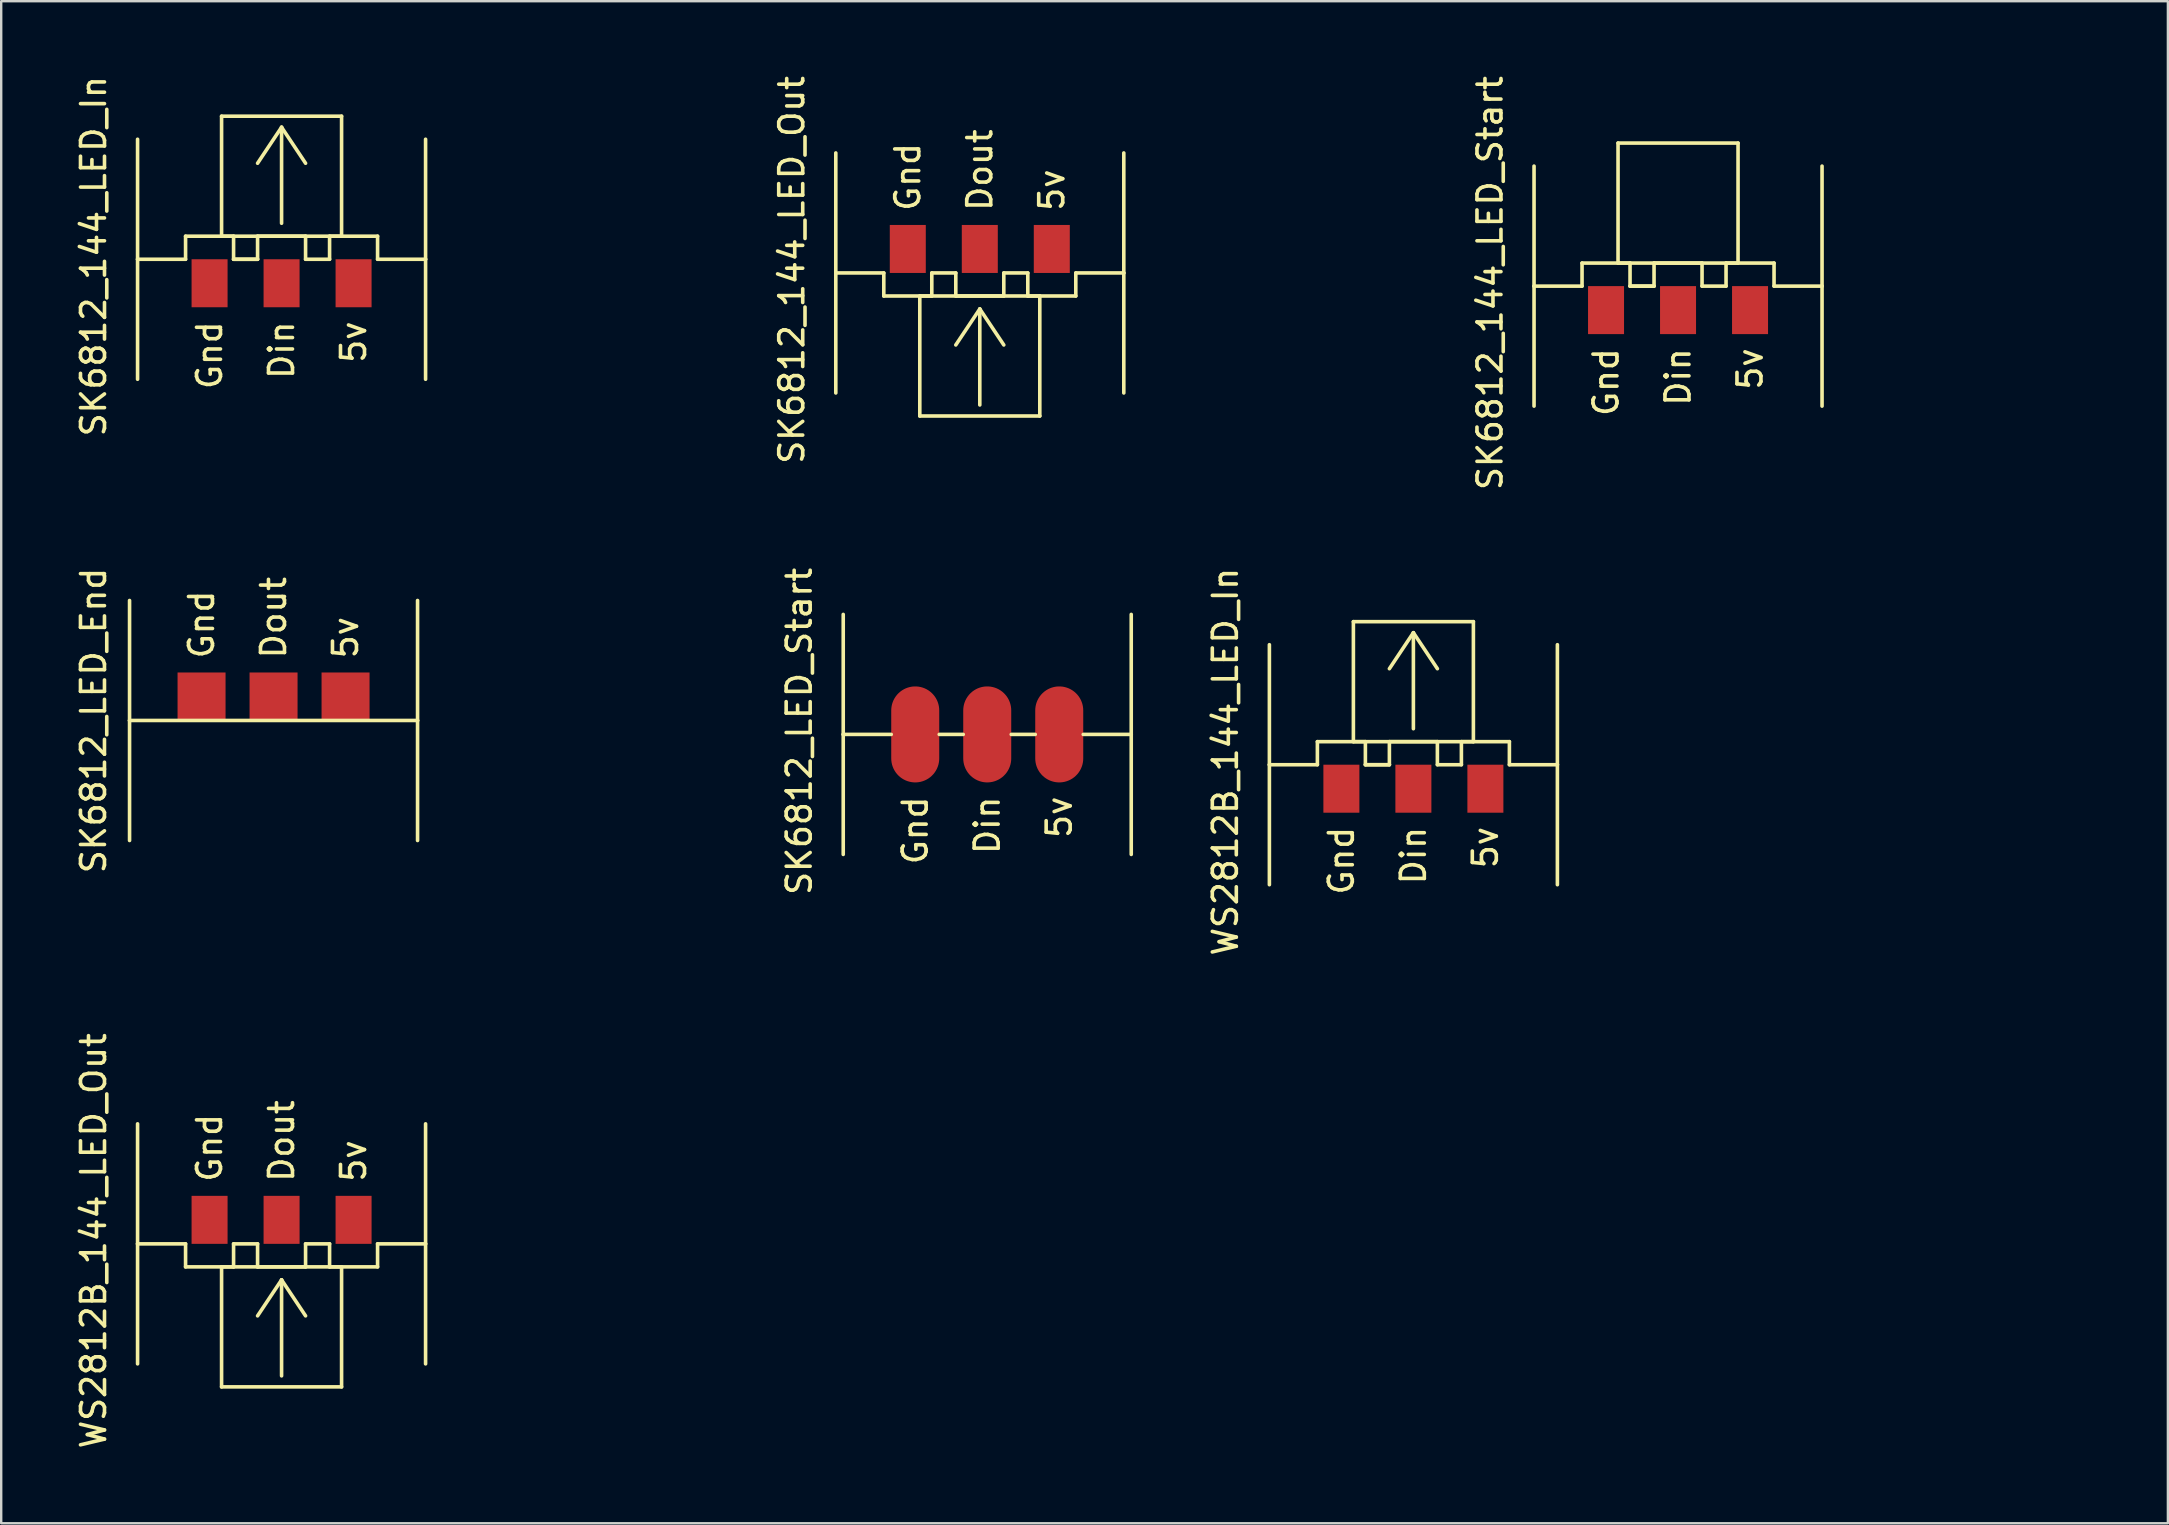
<source format=kicad_pcb>
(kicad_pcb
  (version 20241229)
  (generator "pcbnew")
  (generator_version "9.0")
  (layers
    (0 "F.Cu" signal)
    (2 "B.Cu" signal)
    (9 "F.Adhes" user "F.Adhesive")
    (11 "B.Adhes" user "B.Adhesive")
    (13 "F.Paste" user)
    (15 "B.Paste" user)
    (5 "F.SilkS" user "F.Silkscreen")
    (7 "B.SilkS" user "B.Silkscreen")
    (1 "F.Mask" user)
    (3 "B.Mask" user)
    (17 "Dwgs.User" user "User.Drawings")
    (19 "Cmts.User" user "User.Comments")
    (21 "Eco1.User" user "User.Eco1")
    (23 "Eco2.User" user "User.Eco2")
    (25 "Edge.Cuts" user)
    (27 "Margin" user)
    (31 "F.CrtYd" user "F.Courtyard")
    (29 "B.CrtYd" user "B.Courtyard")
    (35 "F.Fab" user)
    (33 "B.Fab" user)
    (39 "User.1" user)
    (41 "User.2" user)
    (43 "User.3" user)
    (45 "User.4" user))
  (footprint "SK6812_LED_End"
    (layer "F.Cu")
    (at 8.348 26.97)
    (property "Reference" "SK6812_LED_End" (at -7.5 0 90) (layer "F.SilkS") (effects (font (size 1 1) (thickness 0.15))))
    (attr through_hole)
    (fp_line (start -6 0) (end -6 -5) (stroke (width 0.15) (type solid)) (layer "F.SilkS"))
    (fp_line (start -6 0) (end -6 5) (stroke (width 0.15) (type solid)) (layer "F.SilkS"))
    (fp_line (start 6 0) (end -6 0) (stroke (width 0.15) (type solid)) (layer "F.SilkS"))
    (fp_line (start 6 0) (end 6 -5) (stroke (width 0.15) (type solid)) (layer "F.SilkS"))
    (fp_line (start 6 0) (end 6 5) (stroke (width 0.15) (type solid)) (layer "F.SilkS"))
    (fp_text user "Dout" (at 0 -4.286 90) (layer "F.SilkS") (effects (font (size 1 1) (thickness 0.15))))
    (fp_text user "5v" (at 3 -3.452 90) (layer "F.SilkS") (effects (font (size 1 1) (thickness 0.15))))
    (fp_text user "Gnd" (at -3 -4 90) (layer "F.SilkS") (effects (font (size 1 1) (thickness 0.15))))
    (fp_text user "144 =6.92mm" (at 12.5 -4.5 0) (layer "Eco1.User") (effects (font (size 1 1) (thickness 0.15))))
    (pad "1" connect rect (at 3 -1) (size 2 2) (layers "F.Cu" "F.Mask"))
    (pad "2" connect rect (at 0 -1) (size 2 2) (layers "F.Cu" "F.Mask"))
    (pad "3" connect rect (at -3 -1) (size 2 2) (layers "F.Cu" "F.Mask")))
  (footprint "SK6812_LED_Start"
    (layer "F.Cu")
    (at 38.084 27.55)
    (property "Reference" "SK6812_LED_Start" (at -7.833 -0.127 90) (layer "F.SilkS") (effects (font (size 1 1) (thickness 0.15))))
    (attr through_hole)
    (fp_line (start -6 0) (end -6 -5) (stroke (width 0.15) (type solid)) (layer "F.SilkS"))
    (fp_line (start -6 0) (end -6 5) (stroke (width 0.15) (type solid)) (layer "F.SilkS"))
    (fp_line (start -6 0) (end -4 0) (stroke (width 0.15) (type solid)) (layer "F.SilkS"))
    (fp_line (start -2 0) (end -1 0) (stroke (width 0.15) (type solid)) (layer "F.SilkS"))
    (fp_line (start 1 0) (end 2 0) (stroke (width 0.15) (type solid)) (layer "F.SilkS"))
    (fp_line (start 6 0) (end 4 0) (stroke (width 0.15) (type solid)) (layer "F.SilkS"))
    (fp_line (start 6 0) (end 6 -5) (stroke (width 0.15) (type solid)) (layer "F.SilkS"))
    (fp_line (start 6 0) (end 6 5) (stroke (width 0.15) (type solid)) (layer "F.SilkS"))
    (fp_text user "Gnd" (at -3 4 90) (layer "F.SilkS") (effects (font (size 1 1) (thickness 0.15))))
    (fp_text user "Din" (at 0 3.786 270) (layer "F.SilkS") (effects (font (size 1 1) (thickness 0.15))))
    (fp_text user "5v" (at 3 3.452 90) (layer "F.SilkS") (effects (font (size 1 1) (thickness 0.15))))
    (pad "1" connect oval (at 3 0) (size 2 4) (layers "F.Cu" "F.Mask"))
    (pad "2" connect oval (at 0 0) (size 2 4) (layers "F.Cu" "F.Mask"))
    (pad "3" connect oval (at -3 0) (size 2 4) (layers "F.Cu" "F.Mask")))
  (footprint "SK6812_144_LED_Out"
    (layer "F.Cu")
    (at 37.774 8.323)
    (property "Reference" "SK6812_144_LED_Out" (at -7.833 -0.127 90) (layer "F.SilkS") (effects (font (size 1 1) (thickness 0.15))))
    (attr through_hole)
    (fp_line (start -6 0) (end -6 -5) (stroke (width 0.15) (type solid)) (layer "F.SilkS"))
    (fp_line (start -6 0) (end -6 5) (stroke (width 0.15) (type solid)) (layer "F.SilkS"))
    (fp_line (start -6 0) (end -4 0) (stroke (width 0.15) (type solid)) (layer "F.SilkS"))
    (fp_line (start -4 0) (end -4 0.96) (stroke (width 0.15) (type solid)) (layer "F.SilkS"))
    (fp_line (start -4 0.96) (end -2 0.96) (stroke (width 0.15) (type solid)) (layer "F.SilkS"))
    (fp_line (start -2.5 0.96) (end -2.5 5.96) (stroke (width 0.15) (type solid)) (layer "F.SilkS"))
    (fp_line (start -2.5 0.96) (end 2.5 0.96) (stroke (width 0.15) (type solid)) (layer "F.SilkS"))
    (fp_line (start -2 0) (end -1 0) (stroke (width 0.15) (type solid)) (layer "F.SilkS"))
    (fp_line (start -2 0.96) (end -2 0) (stroke (width 0.15) (type solid)) (layer "F.SilkS"))
    (fp_line (start -1 0) (end -1 0.96) (stroke (width 0.15) (type solid)) (layer "F.SilkS"))
    (fp_line (start -1 0.96) (end 1 0.96) (stroke (width 0.15) (type solid)) (layer "F.SilkS"))
    (fp_line (start 0 1.5) (end -1 3) (stroke (width 0.15) (type solid)) (layer "F.SilkS"))
    (fp_line (start 0 1.5) (end 0 5.5) (stroke (width 0.15) (type solid)) (layer "F.SilkS"))
    (fp_line (start 0 1.5) (end 1 3) (stroke (width 0.15) (type solid)) (layer "F.SilkS"))
    (fp_line (start 1 0) (end 2 0) (stroke (width 0.15) (type solid)) (layer "F.SilkS"))
    (fp_line (start 1 0.96) (end 1 0) (stroke (width 0.15) (type solid)) (layer "F.SilkS"))
    (fp_line (start 2 0) (end 2 0.96) (stroke (width 0.15) (type solid)) (layer "F.SilkS"))
    (fp_line (start 2 0.96) (end 4 0.96) (stroke (width 0.15) (type solid)) (layer "F.SilkS"))
    (fp_line (start 2.5 5.96) (end -2.5 5.96) (stroke (width 0.15) (type solid)) (layer "F.SilkS"))
    (fp_line (start 2.5 5.96) (end 2.5 0.96) (stroke (width 0.15) (type solid)) (layer "F.SilkS"))
    (fp_line (start 4 0.96) (end 4 0) (stroke (width 0.15) (type solid)) (layer "F.SilkS"))
    (fp_line (start 6 0) (end 4 0) (stroke (width 0.15) (type solid)) (layer "F.SilkS"))
    (fp_line (start 6 0) (end 6 -5) (stroke (width 0.15) (type solid)) (layer "F.SilkS"))
    (fp_line (start 6 0) (end 6 5) (stroke (width 0.15) (type solid)) (layer "F.SilkS"))
    (fp_text user "Gnd" (at -3 -4 90) (layer "F.SilkS") (effects (font (size 1 1) (thickness 0.15))))
    (fp_text user "5v" (at 3 -3.452 90) (layer "F.SilkS") (effects (font (size 1 1) (thickness 0.15))))
    (fp_text user "Dout" (at 0 -4.286 90) (layer "F.SilkS") (effects (font (size 1 1) (thickness 0.15))))
    (fp_text user "Pitch 6.92mm" (at 12 0 0) (layer "Eco1.User") (effects (font (size 1 1) (thickness 0.15))))
    (pad "1" connect rect (at -3 -1) (size 1.5 2) (layers "F.Cu" "F.Mask"))
    (pad "2" connect rect (at 0 -1) (size 1.5 2) (layers "F.Cu" "F.Mask"))
    (pad "3" connect rect (at 3 -1) (size 1.5 2) (layers "F.Cu" "F.Mask")))
  (footprint "SK6812_144_LED_Start"
    (layer "F.Cu")
    (at 66.867 8.871)
    (property "Reference" "SK6812_144_LED_Start" (at -7.833 -0.127 90) (layer "F.SilkS") (effects (font (size 1 1) (thickness 0.15))))
    (attr through_hole)
    (fp_line (start -6 0) (end -6 -5) (stroke (width 0.15) (type solid)) (layer "F.SilkS"))
    (fp_line (start -6 0) (end -6 5) (stroke (width 0.15) (type solid)) (layer "F.SilkS"))
    (fp_line (start -6 0) (end -4 0) (stroke (width 0.15) (type solid)) (layer "F.SilkS"))
    (fp_line (start -4 -0.96) (end -2 -0.96) (stroke (width 0.15) (type solid)) (layer "F.SilkS"))
    (fp_line (start -4 0) (end -4 -0.96) (stroke (width 0.15) (type solid)) (layer "F.SilkS"))
    (fp_line (start -2.5 -5.96) (end -2.5 -0.96) (stroke (width 0.15) (type solid)) (layer "F.SilkS"))
    (fp_line (start -2.5 -5.96) (end 2.5 -5.96) (stroke (width 0.15) (type solid)) (layer "F.SilkS"))
    (fp_line (start -2 -0.96) (end -2 0) (stroke (width 0.15) (type solid)) (layer "F.SilkS"))
    (fp_line (start -2 0) (end -1 0) (stroke (width 0.15) (type solid)) (layer "F.SilkS"))
    (fp_line (start -2 0) (end -1 0) (stroke (width 0.15) (type solid)) (layer "F.SilkS"))
    (fp_line (start -1 -0.96) (end 1 -0.96) (stroke (width 0.15) (type solid)) (layer "F.SilkS"))
    (fp_line (start -1 0) (end -1 -0.96) (stroke (width 0.15) (type solid)) (layer "F.SilkS"))
    (fp_line (start 1 -0.96) (end 1 0) (stroke (width 0.15) (type solid)) (layer "F.SilkS"))
    (fp_line (start 1 0) (end 2 0) (stroke (width 0.15) (type solid)) (layer "F.SilkS"))
    (fp_line (start 2 -0.96) (end 4 -0.96) (stroke (width 0.15) (type solid)) (layer "F.SilkS"))
    (fp_line (start 2 0) (end 2 -0.96) (stroke (width 0.15) (type solid)) (layer "F.SilkS"))
    (fp_line (start 2.5 -5.96) (end 2.5 -0.96) (stroke (width 0.15) (type solid)) (layer "F.SilkS"))
    (fp_line (start 2.5 -0.96) (end -2.5 -0.96) (stroke (width 0.15) (type solid)) (layer "F.SilkS"))
    (fp_line (start 4 -0.96) (end 4 0) (stroke (width 0.15) (type solid)) (layer "F.SilkS"))
    (fp_line (start 6 0) (end 4 0) (stroke (width 0.15) (type solid)) (layer "F.SilkS"))
    (fp_line (start 6 0) (end 6 -5) (stroke (width 0.15) (type solid)) (layer "F.SilkS"))
    (fp_line (start 6 0) (end 6 5) (stroke (width 0.15) (type solid)) (layer "F.SilkS"))
    (fp_text user "5v" (at 3 3.452 90) (layer "F.SilkS") (effects (font (size 1 1) (thickness 0.15))))
    (fp_text user "Gnd" (at -3 4 90) (layer "F.SilkS") (effects (font (size 1 1) (thickness 0.15))))
    (fp_text user "Din" (at 0 3.786 270) (layer "F.SilkS") (effects (font (size 1 1) (thickness 0.15))))
    (fp_text user "Pitch 6.92mm" (at 12 0 0) (layer "Eco1.User") (effects (font (size 1 1) (thickness 0.15))))
    (pad "1" connect rect (at -3 1) (size 1.5 2) (layers "F.Cu" "F.Mask"))
    (pad "2" connect rect (at 0 1) (size 1.5 2) (layers "F.Cu" "F.Mask"))
    (pad "3" connect rect (at 3 1) (size 1.5 2) (layers "F.Cu" "F.Mask")))
  (footprint "WS2812B_144_LED_In"
    (layer "F.Cu")
    (at 55.84 28.812)
    (property "Reference" "WS2812B_144_LED_In" (at -7.833 -0.127 90) (layer "F.SilkS") (effects (font (size 1 1) (thickness 0.15))))
    (attr smd)
    (fp_line (start -6 0) (end -6 -5) (stroke (width 0.15) (type solid)) (layer "F.SilkS"))
    (fp_line (start -6 0) (end -6 5) (stroke (width 0.15) (type solid)) (layer "F.SilkS"))
    (fp_line (start -6 0) (end -4 0) (stroke (width 0.15) (type solid)) (layer "F.SilkS"))
    (fp_line (start -4 -0.96) (end -2 -0.96) (stroke (width 0.15) (type solid)) (layer "F.SilkS"))
    (fp_line (start -4 0) (end -4 -0.96) (stroke (width 0.15) (type solid)) (layer "F.SilkS"))
    (fp_line (start -2.5 -5.96) (end -2.5 -0.96) (stroke (width 0.15) (type solid)) (layer "F.SilkS"))
    (fp_line (start -2.5 -5.96) (end 2.5 -5.96) (stroke (width 0.15) (type solid)) (layer "F.SilkS"))
    (fp_line (start -2 -0.96) (end -2 0) (stroke (width 0.15) (type solid)) (layer "F.SilkS"))
    (fp_line (start -2 0) (end -1 0) (stroke (width 0.15) (type solid)) (layer "F.SilkS"))
    (fp_line (start -2 0) (end -1 0) (stroke (width 0.15) (type solid)) (layer "F.SilkS"))
    (fp_line (start -1 -0.96) (end 1 -0.96) (stroke (width 0.15) (type solid)) (layer "F.SilkS"))
    (fp_line (start -1 0) (end -1 -0.96) (stroke (width 0.15) (type solid)) (layer "F.SilkS"))
    (fp_line (start 0 -5.5) (end -1 -4) (stroke (width 0.15) (type solid)) (layer "F.SilkS"))
    (fp_line (start 0 -5.5) (end 1 -4) (stroke (width 0.15) (type solid)) (layer "F.SilkS"))
    (fp_line (start 0 -1.5) (end 0 -5.5) (stroke (width 0.15) (type solid)) (layer "F.SilkS"))
    (fp_line (start 1 -0.96) (end 1 0) (stroke (width 0.15) (type solid)) (layer "F.SilkS"))
    (fp_line (start 1 0) (end 2 0) (stroke (width 0.15) (type solid)) (layer "F.SilkS"))
    (fp_line (start 2 -0.96) (end 4 -0.96) (stroke (width 0.15) (type solid)) (layer "F.SilkS"))
    (fp_line (start 2 0) (end 2 -0.96) (stroke (width 0.15) (type solid)) (layer "F.SilkS"))
    (fp_line (start 2.5 -5.96) (end 2.5 -0.96) (stroke (width 0.15) (type solid)) (layer "F.SilkS"))
    (fp_line (start 2.5 -0.96) (end -2.5 -0.96) (stroke (width 0.15) (type solid)) (layer "F.SilkS"))
    (fp_line (start 4 -0.96) (end 4 0) (stroke (width 0.15) (type solid)) (layer "F.SilkS"))
    (fp_line (start 6 0) (end 4 0) (stroke (width 0.15) (type solid)) (layer "F.SilkS"))
    (fp_line (start 6 0) (end 6 -5) (stroke (width 0.15) (type solid)) (layer "F.SilkS"))
    (fp_line (start 6 0) (end 6 5) (stroke (width 0.15) (type solid)) (layer "F.SilkS"))
    (fp_text user "5v" (at 3 3.452 90) (layer "F.SilkS") (effects (font (size 1 1) (thickness 0.15))))
    (fp_text user "Gnd" (at -3 4 90) (layer "F.SilkS") (effects (font (size 1 1) (thickness 0.15))))
    (fp_text user "Din" (at 0 3.786 270) (layer "F.SilkS") (effects (font (size 1 1) (thickness 0.15))))
    (fp_text user "Pitch 6.92mm" (at 12 0 0) (layer "Eco1.User") (effects (font (size 1 1) (thickness 0.15))))
    (pad "1" connect rect (at -3 1) (size 1.5 2) (layers "F.Cu" "F.Mask"))
    (pad "2" connect rect (at 0 1) (size 1.5 2) (layers "F.Cu" "F.Mask"))
    (pad "3" connect rect (at 3 1) (size 1.5 2) (layers "F.Cu" "F.Mask")))
  (footprint "SK6812_144_LED_In"
    (layer "F.Cu")
    (at 8.682 7.752)
    (property "Reference" "SK6812_144_LED_In" (at -7.833 -0.127 90) (layer "F.SilkS") (effects (font (size 1 1) (thickness 0.15))))
    (attr through_hole)
    (fp_line (start -6 0) (end -6 -5) (stroke (width 0.15) (type solid)) (layer "F.SilkS"))
    (fp_line (start -6 0) (end -6 5) (stroke (width 0.15) (type solid)) (layer "F.SilkS"))
    (fp_line (start -6 0) (end -4 0) (stroke (width 0.15) (type solid)) (layer "F.SilkS"))
    (fp_line (start -4 -0.96) (end -2 -0.96) (stroke (width 0.15) (type solid)) (layer "F.SilkS"))
    (fp_line (start -4 0) (end -4 -0.96) (stroke (width 0.15) (type solid)) (layer "F.SilkS"))
    (fp_line (start -2.5 -5.96) (end -2.5 -0.96) (stroke (width 0.15) (type solid)) (layer "F.SilkS"))
    (fp_line (start -2.5 -5.96) (end 2.5 -5.96) (stroke (width 0.15) (type solid)) (layer "F.SilkS"))
    (fp_line (start -2 -0.96) (end -2 0) (stroke (width 0.15) (type solid)) (layer "F.SilkS"))
    (fp_line (start -2 0) (end -1 0) (stroke (width 0.15) (type solid)) (layer "F.SilkS"))
    (fp_line (start -2 0) (end -1 0) (stroke (width 0.15) (type solid)) (layer "F.SilkS"))
    (fp_line (start -1 -0.96) (end 1 -0.96) (stroke (width 0.15) (type solid)) (layer "F.SilkS"))
    (fp_line (start -1 0) (end -1 -0.96) (stroke (width 0.15) (type solid)) (layer "F.SilkS"))
    (fp_line (start 0 -5.5) (end -1 -4) (stroke (width 0.15) (type solid)) (layer "F.SilkS"))
    (fp_line (start 0 -5.5) (end 1 -4) (stroke (width 0.15) (type solid)) (layer "F.SilkS"))
    (fp_line (start 0 -1.5) (end 0 -5.5) (stroke (width 0.15) (type solid)) (layer "F.SilkS"))
    (fp_line (start 1 -0.96) (end 1 0) (stroke (width 0.15) (type solid)) (layer "F.SilkS"))
    (fp_line (start 1 0) (end 2 0) (stroke (width 0.15) (type solid)) (layer "F.SilkS"))
    (fp_line (start 2 -0.96) (end 4 -0.96) (stroke (width 0.15) (type solid)) (layer "F.SilkS"))
    (fp_line (start 2 0) (end 2 -0.96) (stroke (width 0.15) (type solid)) (layer "F.SilkS"))
    (fp_line (start 2.5 -5.96) (end 2.5 -0.96) (stroke (width 0.15) (type solid)) (layer "F.SilkS"))
    (fp_line (start 2.5 -0.96) (end -2.5 -0.96) (stroke (width 0.15) (type solid)) (layer "F.SilkS"))
    (fp_line (start 4 -0.96) (end 4 0) (stroke (width 0.15) (type solid)) (layer "F.SilkS"))
    (fp_line (start 6 0) (end 4 0) (stroke (width 0.15) (type solid)) (layer "F.SilkS"))
    (fp_line (start 6 0) (end 6 -5) (stroke (width 0.15) (type solid)) (layer "F.SilkS"))
    (fp_line (start 6 0) (end 6 5) (stroke (width 0.15) (type solid)) (layer "F.SilkS"))
    (fp_text user "Gnd" (at -3 4 90) (layer "F.SilkS") (effects (font (size 1 1) (thickness 0.15))))
    (fp_text user "Din" (at 0 3.786 270) (layer "F.SilkS") (effects (font (size 1 1) (thickness 0.15))))
    (fp_text user "5v" (at 3 3.452 90) (layer "F.SilkS") (effects (font (size 1 1) (thickness 0.15))))
    (fp_text user "Pitch 6.92mm" (at 12 0 0) (layer "Eco1.User") (effects (font (size 1 1) (thickness 0.15))))
    (pad "1" connect rect (at -3 1) (size 1.5 2) (layers "F.Cu" "F.Mask"))
    (pad "2" connect rect (at 0 1) (size 1.5 2) (layers "F.Cu" "F.Mask"))
    (pad "3" connect rect (at 3 1) (size 1.5 2) (layers "F.Cu" "F.Mask")))
  (footprint "WS2812B_144_LED_Out"
    (layer "F.Cu")
    (at 8.682 48.776)
    (property "Reference" "WS2812B_144_LED_Out" (at -7.833 -0.127 90) (layer "F.SilkS") (effects (font (size 1 1) (thickness 0.15))))
    (attr smd)
    (fp_line (start -6 0) (end -6 -5) (stroke (width 0.15) (type solid)) (layer "F.SilkS"))
    (fp_line (start -6 0) (end -6 5) (stroke (width 0.15) (type solid)) (layer "F.SilkS"))
    (fp_line (start -6 0) (end -4 0) (stroke (width 0.15) (type solid)) (layer "F.SilkS"))
    (fp_line (start -4 0) (end -4 0.96) (stroke (width 0.15) (type solid)) (layer "F.SilkS"))
    (fp_line (start -4 0.96) (end -2 0.96) (stroke (width 0.15) (type solid)) (layer "F.SilkS"))
    (fp_line (start -2.5 0.96) (end -2.5 5.96) (stroke (width 0.15) (type solid)) (layer "F.SilkS"))
    (fp_line (start -2.5 0.96) (end 2.5 0.96) (stroke (width 0.15) (type solid)) (layer "F.SilkS"))
    (fp_line (start -2 0) (end -1 0) (stroke (width 0.15) (type solid)) (layer "F.SilkS"))
    (fp_line (start -2 0.96) (end -2 0) (stroke (width 0.15) (type solid)) (layer "F.SilkS"))
    (fp_line (start -1 0) (end -1 0.96) (stroke (width 0.15) (type solid)) (layer "F.SilkS"))
    (fp_line (start -1 0.96) (end 1 0.96) (stroke (width 0.15) (type solid)) (layer "F.SilkS"))
    (fp_line (start 0 1.5) (end -1 3) (stroke (width 0.15) (type solid)) (layer "F.SilkS"))
    (fp_line (start 0 1.5) (end 0 5.5) (stroke (width 0.15) (type solid)) (layer "F.SilkS"))
    (fp_line (start 0 1.5) (end 1 3) (stroke (width 0.15) (type solid)) (layer "F.SilkS"))
    (fp_line (start 1 0) (end 2 0) (stroke (width 0.15) (type solid)) (layer "F.SilkS"))
    (fp_line (start 1 0.96) (end 1 0) (stroke (width 0.15) (type solid)) (layer "F.SilkS"))
    (fp_line (start 2 0) (end 2 0.96) (stroke (width 0.15) (type solid)) (layer "F.SilkS"))
    (fp_line (start 2 0.96) (end 4 0.96) (stroke (width 0.15) (type solid)) (layer "F.SilkS"))
    (fp_line (start 2.5 5.96) (end -2.5 5.96) (stroke (width 0.15) (type solid)) (layer "F.SilkS"))
    (fp_line (start 2.5 5.96) (end 2.5 0.96) (stroke (width 0.15) (type solid)) (layer "F.SilkS"))
    (fp_line (start 4 0.96) (end 4 0) (stroke (width 0.15) (type solid)) (layer "F.SilkS"))
    (fp_line (start 6 0) (end 4 0) (stroke (width 0.15) (type solid)) (layer "F.SilkS"))
    (fp_line (start 6 0) (end 6 -5) (stroke (width 0.15) (type solid)) (layer "F.SilkS"))
    (fp_line (start 6 0) (end 6 5) (stroke (width 0.15) (type solid)) (layer "F.SilkS"))
    (fp_text user "5v" (at 3 -3.452 90) (layer "F.SilkS") (effects (font (size 1 1) (thickness 0.15))))
    (fp_text user "Gnd" (at -3 -4 90) (layer "F.SilkS") (effects (font (size 1 1) (thickness 0.15))))
    (fp_text user "Dout" (at 0 -4.286 90) (layer "F.SilkS") (effects (font (size 1 1) (thickness 0.15))))
    (fp_text user "Pitch 6.92mm" (at 12 0 0) (layer "Eco1.User") (effects (font (size 1 1) (thickness 0.15))))
    (pad "1" connect rect (at -3 -1) (size 1.5 2) (layers "F.Cu" "F.Mask"))
    (pad "2" connect rect (at 0 -1) (size 1.5 2) (layers "F.Cu" "F.Mask"))
    (pad "3" connect rect (at 3 -1) (size 1.5 2) (layers "F.Cu" "F.Mask")))
  (gr_rect
    (start -3 -3)
    (end 87.277 60.417)
    (stroke (width 0.1) (type default))
    (fill no)
    (layer "Edge.Cuts")))
</source>
